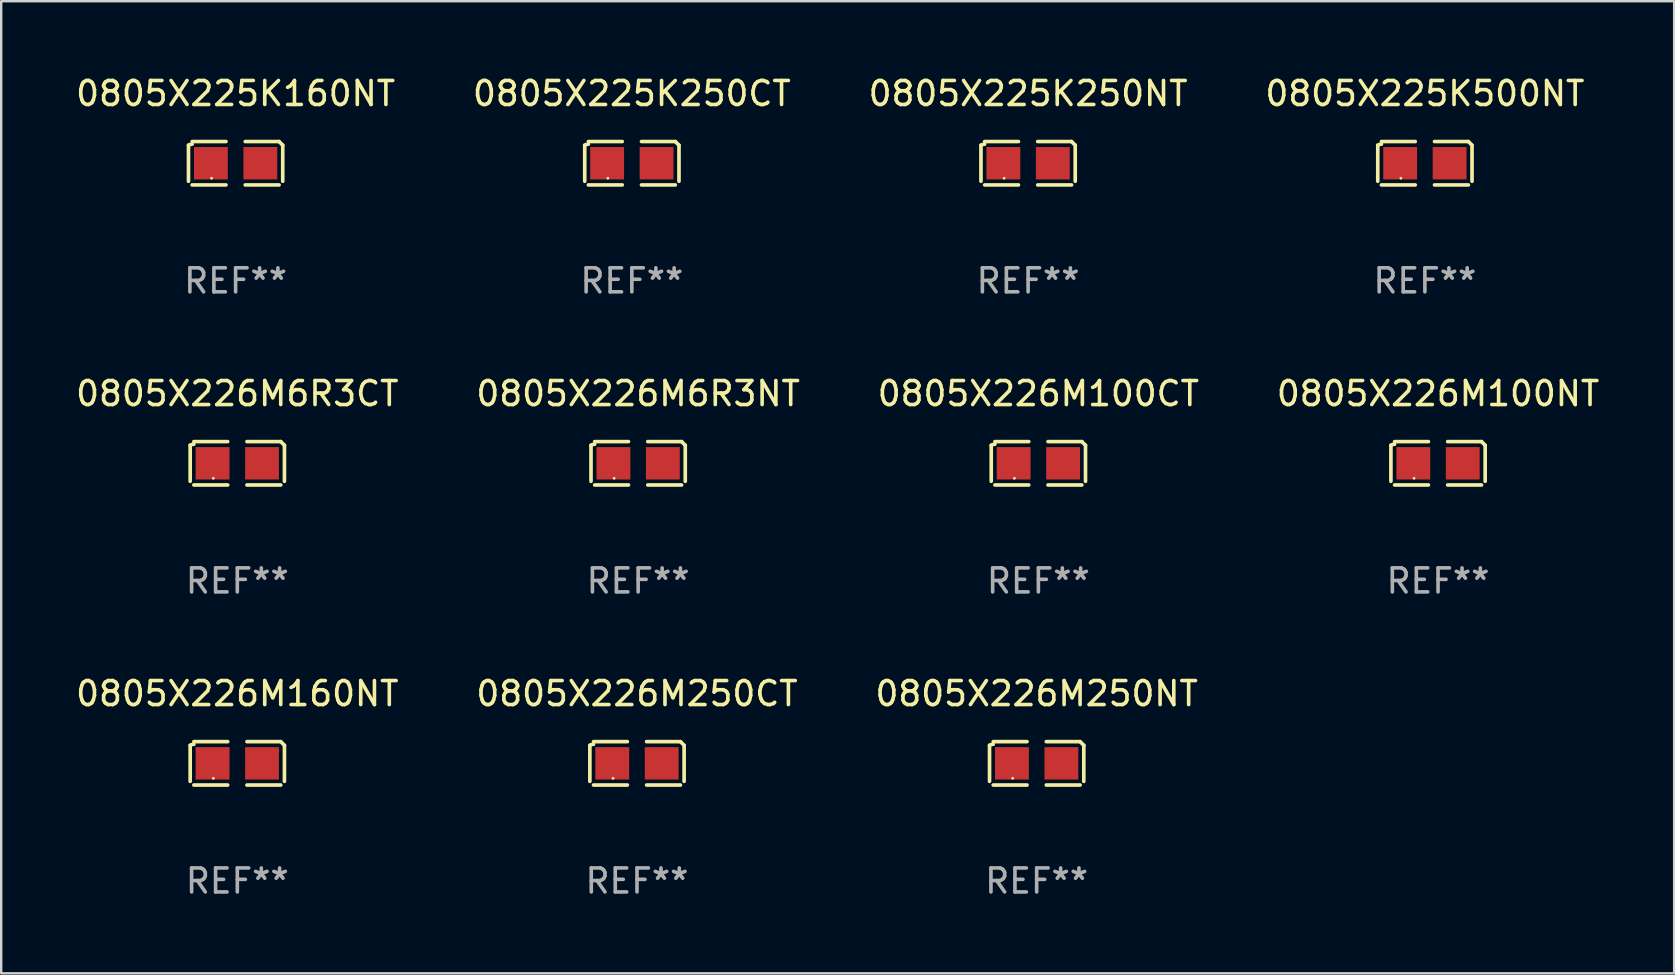
<source format=kicad_pcb>
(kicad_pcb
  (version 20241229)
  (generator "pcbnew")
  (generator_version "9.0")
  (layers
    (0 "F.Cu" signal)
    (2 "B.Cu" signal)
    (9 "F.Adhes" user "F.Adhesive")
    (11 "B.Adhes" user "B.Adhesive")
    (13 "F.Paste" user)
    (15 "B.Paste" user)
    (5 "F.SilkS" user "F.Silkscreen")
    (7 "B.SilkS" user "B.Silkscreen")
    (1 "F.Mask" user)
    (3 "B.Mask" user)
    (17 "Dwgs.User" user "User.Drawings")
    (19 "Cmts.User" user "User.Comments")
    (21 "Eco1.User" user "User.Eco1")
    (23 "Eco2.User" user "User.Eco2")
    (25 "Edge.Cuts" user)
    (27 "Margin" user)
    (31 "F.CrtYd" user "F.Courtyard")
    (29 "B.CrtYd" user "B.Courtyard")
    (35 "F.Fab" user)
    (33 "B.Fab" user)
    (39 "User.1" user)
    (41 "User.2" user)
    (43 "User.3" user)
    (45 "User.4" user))
  (footprint "0805X226M100NT"
    (layer "F.Cu")
    (at 56.875 16.256)
    (property "Reference" "0805X226M100NT" (at 0 -2.904 0) (layer "F.SilkS") (effects (font (size 1 1) (thickness 0.15))))
    (attr through_hole)
    (fp_line (start -1.964 0.751) (end -1.964 -0.751) (stroke (width 0.152) (type solid)) (layer "F.SilkS"))
    (fp_line (start -1.811 -0.904) (end -0.401 -0.904) (stroke (width 0.152) (type solid)) (layer "F.SilkS"))
    (fp_line (start -0.401 0.904) (end -1.811 0.904) (stroke (width 0.152) (type solid)) (layer "F.SilkS"))
    (fp_line (start 0.401 0.904) (end 1.811 0.904) (stroke (width 0.152) (type solid)) (layer "F.SilkS"))
    (fp_line (start 1.811 -0.904) (end 0.401 -0.904) (stroke (width 0.152) (type solid)) (layer "F.SilkS"))
    (fp_line (start 1.964 0.751) (end 1.964 -0.751) (stroke (width 0.152) (type solid)) (layer "F.SilkS"))
    (fp_arc (start -1.963602 -0.751207) (mid -1.890354 -0.783131) (end -1.811201 -0.794044) (stroke (width 0.1524) (type solid)) (layer "F.SilkS"))
    (fp_arc (start 1.811202 -0.903607) (mid 1.887413 -0.827418) (end 1.963602 -0.751207) (stroke (width 0.1524) (type solid)) (layer "F.SilkS"))
    (fp_circle (center -1 0.625) (end -0.97 0.625) (stroke (width 0.06) (type solid)) (fill no) (layer "F.SilkS"))
    (fp_text user "REF**" (at 0 4.904 0) (layer "F.Fab") (effects (font (size 1 1) (thickness 0.15))))
    (pad "1" smd rect (at -1.03 0) (size 1.41 1.35) (layers "F.Cu" "F.Mask" "F.Paste"))
    (pad "2" smd rect (at 1.03 0) (size 1.41 1.35) (layers "F.Cu" "F.Mask" "F.Paste")))
  (footprint "0805X226M160NT"
    (layer "F.Cu")
    (at 6.839 28.759)
    (property "Reference" "0805X226M160NT" (at 0 -2.904 0) (layer "F.SilkS") (effects (font (size 1 1) (thickness 0.15))))
    (attr through_hole)
    (fp_line (start -1.964 0.751) (end -1.964 -0.751) (stroke (width 0.152) (type solid)) (layer "F.SilkS"))
    (fp_line (start -1.811 -0.904) (end -0.401 -0.904) (stroke (width 0.152) (type solid)) (layer "F.SilkS"))
    (fp_line (start -0.401 0.904) (end -1.811 0.904) (stroke (width 0.152) (type solid)) (layer "F.SilkS"))
    (fp_line (start 0.401 0.904) (end 1.811 0.904) (stroke (width 0.152) (type solid)) (layer "F.SilkS"))
    (fp_line (start 1.811 -0.904) (end 0.401 -0.904) (stroke (width 0.152) (type solid)) (layer "F.SilkS"))
    (fp_line (start 1.964 0.751) (end 1.964 -0.751) (stroke (width 0.152) (type solid)) (layer "F.SilkS"))
    (fp_arc (start -1.963602 -0.751207) (mid -1.890354 -0.783131) (end -1.811201 -0.794044) (stroke (width 0.1524) (type solid)) (layer "F.SilkS"))
    (fp_arc (start 1.811202 -0.903607) (mid 1.887413 -0.827418) (end 1.963602 -0.751207) (stroke (width 0.1524) (type solid)) (layer "F.SilkS"))
    (fp_circle (center -1 0.625) (end -0.97 0.625) (stroke (width 0.06) (type solid)) (fill no) (layer "F.SilkS"))
    (fp_text user "REF**" (at 0 4.904 0) (layer "F.Fab") (effects (font (size 1 1) (thickness 0.15))))
    (pad "1" smd rect (at -1.03 0) (size 1.41 1.35) (layers "F.Cu" "F.Mask" "F.Paste"))
    (pad "2" smd rect (at 1.03 0) (size 1.41 1.35) (layers "F.Cu" "F.Mask" "F.Paste")))
  (footprint "0805X225K500NT"
    (layer "F.Cu")
    (at 56.327 3.752)
    (property "Reference" "0805X225K500NT" (at 0 -2.904 0) (layer "F.SilkS") (effects (font (size 1 1) (thickness 0.15))))
    (attr through_hole)
    (fp_line (start -1.964 0.751) (end -1.964 -0.751) (stroke (width 0.152) (type solid)) (layer "F.SilkS"))
    (fp_line (start -1.811 -0.904) (end -0.401 -0.904) (stroke (width 0.152) (type solid)) (layer "F.SilkS"))
    (fp_line (start -0.401 0.904) (end -1.811 0.904) (stroke (width 0.152) (type solid)) (layer "F.SilkS"))
    (fp_line (start 0.401 0.904) (end 1.811 0.904) (stroke (width 0.152) (type solid)) (layer "F.SilkS"))
    (fp_line (start 1.811 -0.904) (end 0.401 -0.904) (stroke (width 0.152) (type solid)) (layer "F.SilkS"))
    (fp_line (start 1.964 0.751) (end 1.964 -0.751) (stroke (width 0.152) (type solid)) (layer "F.SilkS"))
    (fp_arc (start -1.963602 -0.751207) (mid -1.890354 -0.783131) (end -1.811201 -0.794044) (stroke (width 0.1524) (type solid)) (layer "F.SilkS"))
    (fp_arc (start 1.811202 -0.903607) (mid 1.887413 -0.827418) (end 1.963602 -0.751207) (stroke (width 0.1524) (type solid)) (layer "F.SilkS"))
    (fp_circle (center -1 0.625) (end -0.97 0.625) (stroke (width 0.06) (type solid)) (fill no) (layer "F.SilkS"))
    (fp_text user "REF**" (at 0 4.904 0) (layer "F.Fab") (effects (font (size 1 1) (thickness 0.15))))
    (pad "1" smd rect (at -1.03 0) (size 1.41 1.35) (layers "F.Cu" "F.Mask" "F.Paste"))
    (pad "2" smd rect (at 1.03 0) (size 1.41 1.35) (layers "F.Cu" "F.Mask" "F.Paste")))
  (footprint "0805X226M6R3NT"
    (layer "F.Cu")
    (at 23.542 16.256)
    (property "Reference" "0805X226M6R3NT" (at 0 -2.904 0) (layer "F.SilkS") (effects (font (size 1 1) (thickness 0.15))))
    (attr through_hole)
    (fp_line (start -1.964 0.751) (end -1.964 -0.751) (stroke (width 0.152) (type solid)) (layer "F.SilkS"))
    (fp_line (start -1.811 -0.904) (end -0.401 -0.904) (stroke (width 0.152) (type solid)) (layer "F.SilkS"))
    (fp_line (start -0.401 0.904) (end -1.811 0.904) (stroke (width 0.152) (type solid)) (layer "F.SilkS"))
    (fp_line (start 0.401 0.904) (end 1.811 0.904) (stroke (width 0.152) (type solid)) (layer "F.SilkS"))
    (fp_line (start 1.811 -0.904) (end 0.401 -0.904) (stroke (width 0.152) (type solid)) (layer "F.SilkS"))
    (fp_line (start 1.964 0.751) (end 1.964 -0.751) (stroke (width 0.152) (type solid)) (layer "F.SilkS"))
    (fp_arc (start -1.963602 -0.751207) (mid -1.890354 -0.783131) (end -1.811201 -0.794044) (stroke (width 0.1524) (type solid)) (layer "F.SilkS"))
    (fp_arc (start 1.811202 -0.903607) (mid 1.887413 -0.827418) (end 1.963602 -0.751207) (stroke (width 0.1524) (type solid)) (layer "F.SilkS"))
    (fp_circle (center -1 0.625) (end -0.97 0.625) (stroke (width 0.06) (type solid)) (fill no) (layer "F.SilkS"))
    (fp_text user "REF**" (at 0 4.904 0) (layer "F.Fab") (effects (font (size 1 1) (thickness 0.15))))
    (pad "1" smd rect (at -1.03 0) (size 1.41 1.35) (layers "F.Cu" "F.Mask" "F.Paste"))
    (pad "2" smd rect (at 1.03 0) (size 1.41 1.35) (layers "F.Cu" "F.Mask" "F.Paste")))
  (footprint "0805X226M250NT"
    (layer "F.Cu")
    (at 40.149 28.759)
    (property "Reference" "0805X226M250NT" (at 0 -2.904 0) (layer "F.SilkS") (effects (font (size 1 1) (thickness 0.15))))
    (attr through_hole)
    (fp_line (start -1.964 0.751) (end -1.964 -0.751) (stroke (width 0.152) (type solid)) (layer "F.SilkS"))
    (fp_line (start -1.811 -0.904) (end -0.401 -0.904) (stroke (width 0.152) (type solid)) (layer "F.SilkS"))
    (fp_line (start -0.401 0.904) (end -1.811 0.904) (stroke (width 0.152) (type solid)) (layer "F.SilkS"))
    (fp_line (start 0.401 0.904) (end 1.811 0.904) (stroke (width 0.152) (type solid)) (layer "F.SilkS"))
    (fp_line (start 1.811 -0.904) (end 0.401 -0.904) (stroke (width 0.152) (type solid)) (layer "F.SilkS"))
    (fp_line (start 1.964 0.751) (end 1.964 -0.751) (stroke (width 0.152) (type solid)) (layer "F.SilkS"))
    (fp_arc (start -1.963602 -0.751207) (mid -1.890354 -0.783131) (end -1.811201 -0.794044) (stroke (width 0.1524) (type solid)) (layer "F.SilkS"))
    (fp_arc (start 1.811202 -0.903607) (mid 1.887413 -0.827418) (end 1.963602 -0.751207) (stroke (width 0.1524) (type solid)) (layer "F.SilkS"))
    (fp_circle (center -1 0.625) (end -0.97 0.625) (stroke (width 0.06) (type solid)) (fill no) (layer "F.SilkS"))
    (fp_text user "REF**" (at 0 4.904 0) (layer "F.Fab") (effects (font (size 1 1) (thickness 0.15))))
    (pad "1" smd rect (at -1.03 0) (size 1.41 1.35) (layers "F.Cu" "F.Mask" "F.Paste"))
    (pad "2" smd rect (at 1.03 0) (size 1.41 1.35) (layers "F.Cu" "F.Mask" "F.Paste")))
  (footprint "0805X226M250CT"
    (layer "F.Cu")
    (at 23.494 28.759)
    (property "Reference" "0805X226M250CT" (at 0 -2.904 0) (layer "F.SilkS") (effects (font (size 1 1) (thickness 0.15))))
    (attr through_hole)
    (fp_line (start -1.964 0.751) (end -1.964 -0.751) (stroke (width 0.152) (type solid)) (layer "F.SilkS"))
    (fp_line (start -1.811 -0.904) (end -0.401 -0.904) (stroke (width 0.152) (type solid)) (layer "F.SilkS"))
    (fp_line (start -0.401 0.904) (end -1.811 0.904) (stroke (width 0.152) (type solid)) (layer "F.SilkS"))
    (fp_line (start 0.401 0.904) (end 1.811 0.904) (stroke (width 0.152) (type solid)) (layer "F.SilkS"))
    (fp_line (start 1.811 -0.904) (end 0.401 -0.904) (stroke (width 0.152) (type solid)) (layer "F.SilkS"))
    (fp_line (start 1.964 0.751) (end 1.964 -0.751) (stroke (width 0.152) (type solid)) (layer "F.SilkS"))
    (fp_arc (start -1.963602 -0.751207) (mid -1.890354 -0.783131) (end -1.811201 -0.794044) (stroke (width 0.1524) (type solid)) (layer "F.SilkS"))
    (fp_arc (start 1.811202 -0.903607) (mid 1.887413 -0.827418) (end 1.963602 -0.751207) (stroke (width 0.1524) (type solid)) (layer "F.SilkS"))
    (fp_circle (center -1 0.625) (end -0.97 0.625) (stroke (width 0.06) (type solid)) (fill no) (layer "F.SilkS"))
    (fp_text user "REF**" (at 0 4.904 0) (layer "F.Fab") (effects (font (size 1 1) (thickness 0.15))))
    (pad "1" smd rect (at -1.03 0) (size 1.41 1.35) (layers "F.Cu" "F.Mask" "F.Paste"))
    (pad "2" smd rect (at 1.03 0) (size 1.41 1.35) (layers "F.Cu" "F.Mask" "F.Paste")))
  (footprint "0805X226M6R3CT"
    (layer "F.Cu")
    (at 6.839 16.256)
    (property "Reference" "0805X226M6R3CT" (at 0 -2.904 0) (layer "F.SilkS") (effects (font (size 1 1) (thickness 0.15))))
    (attr through_hole)
    (fp_line (start -1.964 0.751) (end -1.964 -0.751) (stroke (width 0.152) (type solid)) (layer "F.SilkS"))
    (fp_line (start -1.811 -0.904) (end -0.401 -0.904) (stroke (width 0.152) (type solid)) (layer "F.SilkS"))
    (fp_line (start -0.401 0.904) (end -1.811 0.904) (stroke (width 0.152) (type solid)) (layer "F.SilkS"))
    (fp_line (start 0.401 0.904) (end 1.811 0.904) (stroke (width 0.152) (type solid)) (layer "F.SilkS"))
    (fp_line (start 1.811 -0.904) (end 0.401 -0.904) (stroke (width 0.152) (type solid)) (layer "F.SilkS"))
    (fp_line (start 1.964 0.751) (end 1.964 -0.751) (stroke (width 0.152) (type solid)) (layer "F.SilkS"))
    (fp_arc (start -1.963602 -0.751207) (mid -1.890354 -0.783131) (end -1.811201 -0.794044) (stroke (width 0.1524) (type solid)) (layer "F.SilkS"))
    (fp_arc (start 1.811202 -0.903607) (mid 1.887413 -0.827418) (end 1.963602 -0.751207) (stroke (width 0.1524) (type solid)) (layer "F.SilkS"))
    (fp_circle (center -1 0.625) (end -0.97 0.625) (stroke (width 0.06) (type solid)) (fill no) (layer "F.SilkS"))
    (fp_text user "REF**" (at 0 4.904 0) (layer "F.Fab") (effects (font (size 1 1) (thickness 0.15))))
    (pad "1" smd rect (at -1.03 0) (size 1.41 1.35) (layers "F.Cu" "F.Mask" "F.Paste"))
    (pad "2" smd rect (at 1.03 0) (size 1.41 1.35) (layers "F.Cu" "F.Mask" "F.Paste")))
  (footprint "0805X225K250CT"
    (layer "F.Cu")
    (at 23.28 3.752)
    (property "Reference" "0805X225K250CT" (at 0 -2.904 0) (layer "F.SilkS") (effects (font (size 1 1) (thickness 0.15))))
    (attr through_hole)
    (fp_line (start -1.964 0.751) (end -1.964 -0.751) (stroke (width 0.152) (type solid)) (layer "F.SilkS"))
    (fp_line (start -1.811 -0.904) (end -0.401 -0.904) (stroke (width 0.152) (type solid)) (layer "F.SilkS"))
    (fp_line (start -0.401 0.904) (end -1.811 0.904) (stroke (width 0.152) (type solid)) (layer "F.SilkS"))
    (fp_line (start 0.401 0.904) (end 1.811 0.904) (stroke (width 0.152) (type solid)) (layer "F.SilkS"))
    (fp_line (start 1.811 -0.904) (end 0.401 -0.904) (stroke (width 0.152) (type solid)) (layer "F.SilkS"))
    (fp_line (start 1.964 0.751) (end 1.964 -0.751) (stroke (width 0.152) (type solid)) (layer "F.SilkS"))
    (fp_arc (start -1.963602 -0.751207) (mid -1.890354 -0.783131) (end -1.811201 -0.794044) (stroke (width 0.1524) (type solid)) (layer "F.SilkS"))
    (fp_arc (start 1.811202 -0.903607) (mid 1.887413 -0.827418) (end 1.963602 -0.751207) (stroke (width 0.1524) (type solid)) (layer "F.SilkS"))
    (fp_circle (center -1 0.625) (end -0.97 0.625) (stroke (width 0.06) (type solid)) (fill no) (layer "F.SilkS"))
    (fp_text user "REF**" (at 0 4.904 0) (layer "F.Fab") (effects (font (size 1 1) (thickness 0.15))))
    (pad "1" smd rect (at -1.03 0) (size 1.41 1.35) (layers "F.Cu" "F.Mask" "F.Paste"))
    (pad "2" smd rect (at 1.03 0) (size 1.41 1.35) (layers "F.Cu" "F.Mask" "F.Paste")))
  (footprint "0805X225K250NT"
    (layer "F.Cu")
    (at 39.792 3.752)
    (property "Reference" "0805X225K250NT" (at 0 -2.904 0) (layer "F.SilkS") (effects (font (size 1 1) (thickness 0.15))))
    (attr through_hole)
    (fp_line (start -1.964 0.751) (end -1.964 -0.751) (stroke (width 0.152) (type solid)) (layer "F.SilkS"))
    (fp_line (start -1.811 -0.904) (end -0.401 -0.904) (stroke (width 0.152) (type solid)) (layer "F.SilkS"))
    (fp_line (start -0.401 0.904) (end -1.811 0.904) (stroke (width 0.152) (type solid)) (layer "F.SilkS"))
    (fp_line (start 0.401 0.904) (end 1.811 0.904) (stroke (width 0.152) (type solid)) (layer "F.SilkS"))
    (fp_line (start 1.811 -0.904) (end 0.401 -0.904) (stroke (width 0.152) (type solid)) (layer "F.SilkS"))
    (fp_line (start 1.964 0.751) (end 1.964 -0.751) (stroke (width 0.152) (type solid)) (layer "F.SilkS"))
    (fp_arc (start -1.963602 -0.751207) (mid -1.890354 -0.783131) (end -1.811201 -0.794044) (stroke (width 0.1524) (type solid)) (layer "F.SilkS"))
    (fp_arc (start 1.811202 -0.903607) (mid 1.887413 -0.827418) (end 1.963602 -0.751207) (stroke (width 0.1524) (type solid)) (layer "F.SilkS"))
    (fp_circle (center -1 0.625) (end -0.97 0.625) (stroke (width 0.06) (type solid)) (fill no) (layer "F.SilkS"))
    (fp_text user "REF**" (at 0 4.904 0) (layer "F.Fab") (effects (font (size 1 1) (thickness 0.15))))
    (pad "1" smd rect (at -1.03 0) (size 1.41 1.35) (layers "F.Cu" "F.Mask" "F.Paste"))
    (pad "2" smd rect (at 1.03 0) (size 1.41 1.35) (layers "F.Cu" "F.Mask" "F.Paste")))
  (footprint "0805X225K160NT"
    (layer "F.Cu")
    (at 6.768 3.752)
    (property "Reference" "0805X225K160NT" (at 0 -2.904 0) (layer "F.SilkS") (effects (font (size 1 1) (thickness 0.15))))
    (attr through_hole)
    (fp_line (start -1.964 0.751) (end -1.964 -0.751) (stroke (width 0.152) (type solid)) (layer "F.SilkS"))
    (fp_line (start -1.811 -0.904) (end -0.401 -0.904) (stroke (width 0.152) (type solid)) (layer "F.SilkS"))
    (fp_line (start -0.401 0.904) (end -1.811 0.904) (stroke (width 0.152) (type solid)) (layer "F.SilkS"))
    (fp_line (start 0.401 0.904) (end 1.811 0.904) (stroke (width 0.152) (type solid)) (layer "F.SilkS"))
    (fp_line (start 1.811 -0.904) (end 0.401 -0.904) (stroke (width 0.152) (type solid)) (layer "F.SilkS"))
    (fp_line (start 1.964 0.751) (end 1.964 -0.751) (stroke (width 0.152) (type solid)) (layer "F.SilkS"))
    (fp_arc (start -1.963602 -0.751207) (mid -1.890354 -0.783131) (end -1.811201 -0.794044) (stroke (width 0.1524) (type solid)) (layer "F.SilkS"))
    (fp_arc (start 1.811202 -0.903607) (mid 1.887413 -0.827418) (end 1.963602 -0.751207) (stroke (width 0.1524) (type solid)) (layer "F.SilkS"))
    (fp_circle (center -1 0.625) (end -0.97 0.625) (stroke (width 0.06) (type solid)) (fill no) (layer "F.SilkS"))
    (fp_text user "REF**" (at 0 4.904 0) (layer "F.Fab") (effects (font (size 1 1) (thickness 0.15))))
    (pad "1" smd rect (at -1.03 0) (size 1.41 1.35) (layers "F.Cu" "F.Mask" "F.Paste"))
    (pad "2" smd rect (at 1.03 0) (size 1.41 1.35) (layers "F.Cu" "F.Mask" "F.Paste")))
  (footprint "0805X226M100CT"
    (layer "F.Cu")
    (at 40.22 16.256)
    (property "Reference" "0805X226M100CT" (at 0 -2.904 0) (layer "F.SilkS") (effects (font (size 1 1) (thickness 0.15))))
    (attr through_hole)
    (fp_line (start -1.964 0.751) (end -1.964 -0.751) (stroke (width 0.152) (type solid)) (layer "F.SilkS"))
    (fp_line (start -1.811 -0.904) (end -0.401 -0.904) (stroke (width 0.152) (type solid)) (layer "F.SilkS"))
    (fp_line (start -0.401 0.904) (end -1.811 0.904) (stroke (width 0.152) (type solid)) (layer "F.SilkS"))
    (fp_line (start 0.401 0.904) (end 1.811 0.904) (stroke (width 0.152) (type solid)) (layer "F.SilkS"))
    (fp_line (start 1.811 -0.904) (end 0.401 -0.904) (stroke (width 0.152) (type solid)) (layer "F.SilkS"))
    (fp_line (start 1.964 0.751) (end 1.964 -0.751) (stroke (width 0.152) (type solid)) (layer "F.SilkS"))
    (fp_arc (start -1.963602 -0.751207) (mid -1.890354 -0.783131) (end -1.811201 -0.794044) (stroke (width 0.1524) (type solid)) (layer "F.SilkS"))
    (fp_arc (start 1.811202 -0.903607) (mid 1.887413 -0.827418) (end 1.963602 -0.751207) (stroke (width 0.1524) (type solid)) (layer "F.SilkS"))
    (fp_circle (center -1 0.625) (end -0.97 0.625) (stroke (width 0.06) (type solid)) (fill no) (layer "F.SilkS"))
    (fp_text user "REF**" (at 0 4.904 0) (layer "F.Fab") (effects (font (size 1 1) (thickness 0.15))))
    (pad "1" smd rect (at -1.03 0) (size 1.41 1.35) (layers "F.Cu" "F.Mask" "F.Paste"))
    (pad "2" smd rect (at 1.03 0) (size 1.41 1.35) (layers "F.Cu" "F.Mask" "F.Paste")))
  (gr_rect
    (start -3 -3)
    (end 66.714 37.511)
    (stroke (width 0.1) (type default))
    (fill no)
    (layer "Edge.Cuts")))
</source>
